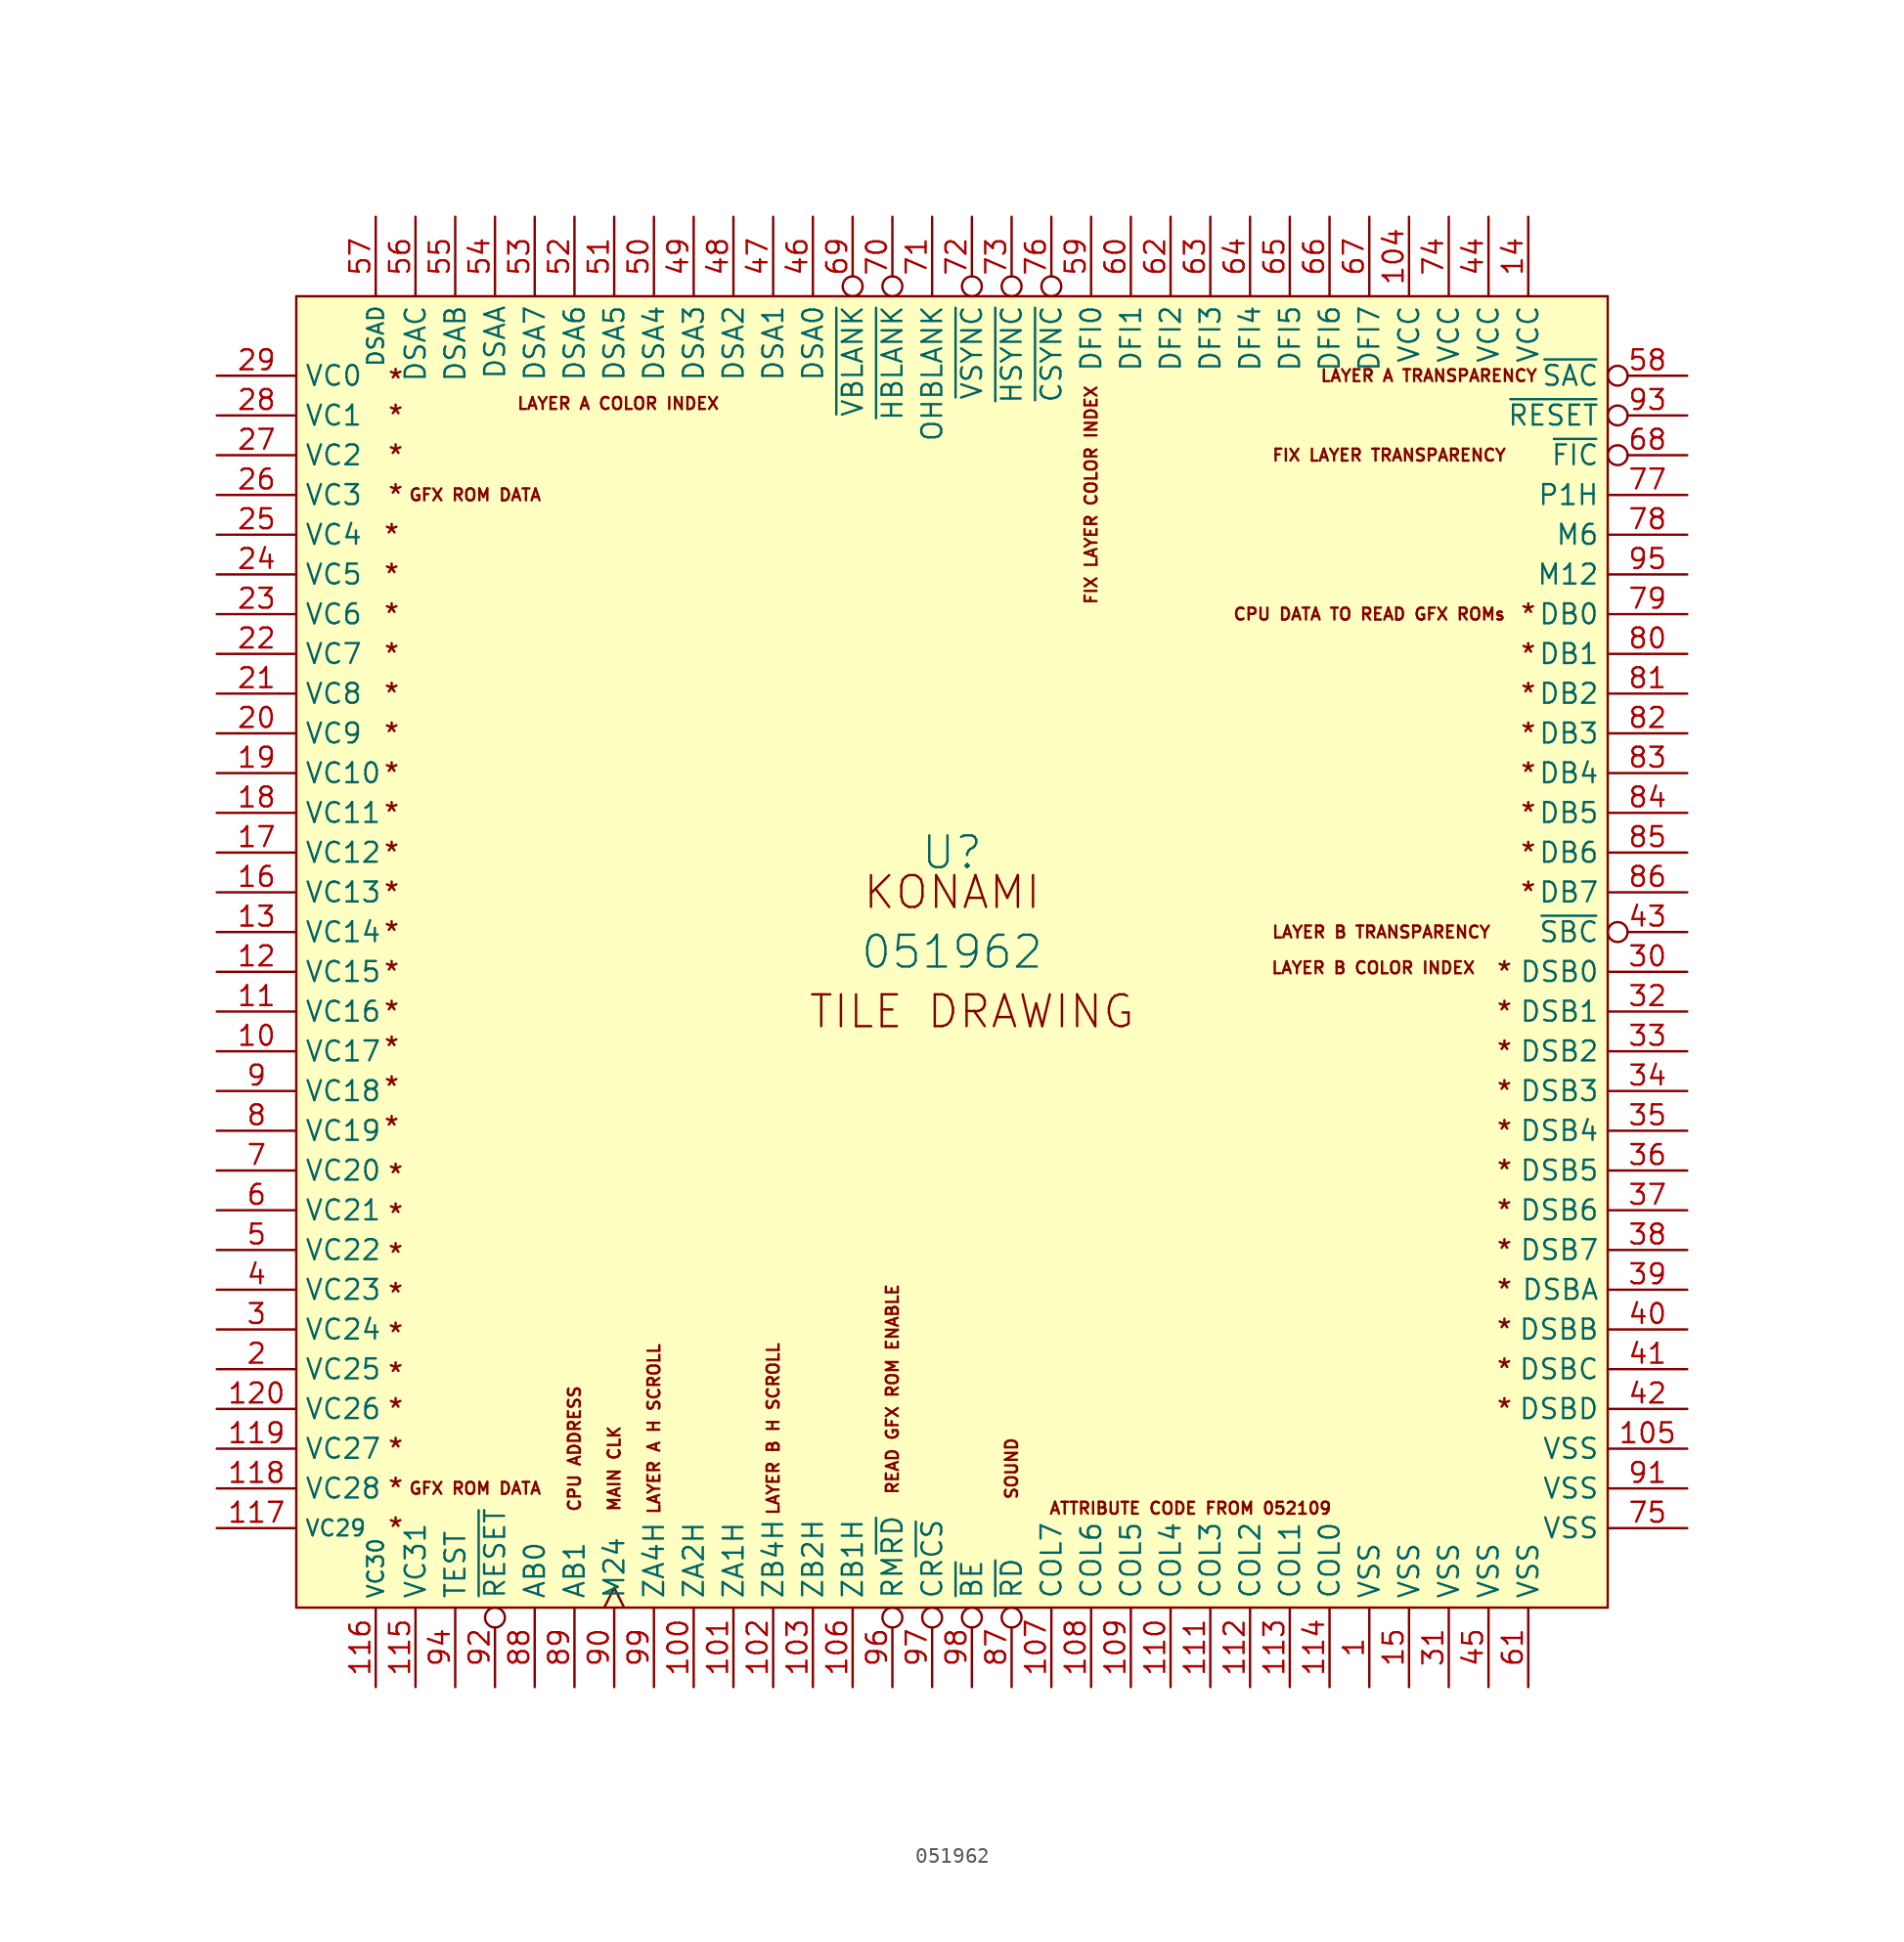
<source format=kicad_sym>
(kicad_symbol_lib
  (version 20231120)
  (generator "kicad_symbol_editor")
  (generator_version "8.0")
  (symbol "051962"
    (property "Reference" "U"
      (at 0 6.35 0)
      (effects (font (size 2.032 2.032))))
    (property "Value" "051962"
      (at 0 0 0)
      (effects (font (size 2.032 2.032))))
    (symbol "051962_0_0"
      (text "*" (at -35.814 -11.176 0) (effects (font (size 1.27 1.27))))
      (text "*" (at -35.814 -8.636 0) (effects (font (size 1.27 1.27))))
      (text "*" (at -35.814 -6.096 0) (effects (font (size 1.27 1.27))))
      (text "*" (at -35.814 -3.81 0) (effects (font (size 1.27 1.27))))
      (text "*" (at -35.814 -1.27 0) (effects (font (size 1.27 1.27))))
      (text "*" (at -35.814 1.27 0) (effects (font (size 1.27 1.27))))
      (text "*" (at -35.814 3.81 0) (effects (font (size 1.27 1.27))))
      (text "*" (at -35.814 6.35 0) (effects (font (size 1.27 1.27))))
      (text "*" (at -35.814 8.89 0) (effects (font (size 1.27 1.27))))
      (text "*" (at -35.814 11.43 0) (effects (font (size 1.27 1.27))))
      (text "*" (at -35.814 13.97 0) (effects (font (size 1.27 1.27))))
      (text "*" (at -35.814 16.51 0) (effects (font (size 1.27 1.27))))
      (text "*" (at -35.814 19.05 0) (effects (font (size 1.27 1.27))))
      (text "*" (at -35.814 21.59 0) (effects (font (size 1.27 1.27))))
      (text "*" (at -35.814 24.13 0) (effects (font (size 1.27 1.27))))
      (text "*" (at -35.814 26.67 0) (effects (font (size 1.27 1.27))))
      (text "*" (at -35.56 -36.83 0) (effects (font (size 1.27 1.27))))
      (text "*" (at -35.56 -34.29 0) (effects (font (size 1.27 1.27))))
      (text "*" (at -35.56 -31.75 0) (effects (font (size 1.27 1.27))))
      (text "*" (at -35.56 -29.21 0) (effects (font (size 1.27 1.27))))
      (text "*" (at -35.56 -26.924 0) (effects (font (size 1.27 1.27))))
      (text "*" (at -35.56 -24.384 0) (effects (font (size 1.27 1.27))))
      (text "*" (at -35.56 -21.844 0) (effects (font (size 1.27 1.27))))
      (text "*" (at -35.56 -19.304 0) (effects (font (size 1.27 1.27))))
      (text "*" (at -35.56 -16.764 0) (effects (font (size 1.27 1.27))))
      (text "*" (at -35.56 -14.224 0) (effects (font (size 1.27 1.27))))
      (text "*" (at -35.56 29.21 0) (effects (font (size 1.27 1.27))))
      (text "*" (at -35.56 31.75 0) (effects (font (size 1.27 1.27))))
      (text "*" (at -35.56 34.29 0) (effects (font (size 1.27 1.27))))
      (text "*" (at -35.56 36.576 0) (effects (font (size 1.27 1.27))))
      (text "*" (at 35.306 -29.21 0) (effects (font (size 1.27 1.27))))
      (text "*" (at 35.306 -26.67 0) (effects (font (size 1.27 1.27))))
      (text "*" (at 35.306 -24.13 0) (effects (font (size 1.27 1.27))))
      (text "*" (at 35.306 -21.59 0) (effects (font (size 1.27 1.27))))
      (text "*" (at 35.306 -19.05 0) (effects (font (size 1.27 1.27))))
      (text "*" (at 35.306 -16.51 0) (effects (font (size 1.27 1.27))))
      (text "*" (at 35.306 -13.97 0) (effects (font (size 1.27 1.27))))
      (text "*" (at 35.306 -11.43 0) (effects (font (size 1.27 1.27))))
      (text "*" (at 35.306 -8.89 0) (effects (font (size 1.27 1.27))))
      (text "*" (at 35.306 -6.35 0) (effects (font (size 1.27 1.27))))
      (text "*" (at 35.306 -3.81 0) (effects (font (size 1.27 1.27))))
      (text "*" (at 35.306 -1.27 0) (effects (font (size 1.27 1.27))))
      (text "*" (at 36.83 3.81 0) (effects (font (size 1.27 1.27))))
      (text "*" (at 36.83 6.35 0) (effects (font (size 1.27 1.27))))
      (text "*" (at 36.83 8.89 0) (effects (font (size 1.27 1.27))))
      (text "*" (at 36.83 11.43 0) (effects (font (size 1.27 1.27))))
      (text "*" (at 36.83 13.97 0) (effects (font (size 1.27 1.27))))
      (text "*" (at 36.83 16.51 0) (effects (font (size 1.27 1.27))))
      (text "*" (at 36.83 19.05 0) (effects (font (size 1.27 1.27))))
      (text "*" (at 36.83 21.59 0) (effects (font (size 1.27 1.27))))
      (text "ATTRIBUTE CODE FROM 052109" (at 15.24 -35.56 0) (effects (font (size 0.762 0.762))))
      (text "CPU ADDRESS" (at -24.13 -31.75 900) (effects (font (size 0.762 0.762))))
      (text "CPU DATA TO READ GFX ROMs" (at 26.67 21.59 0) (effects (font (size 0.762 0.762))))
      (text "FIX LAYER COLOR INDEX" (at 8.89 29.21 900) (effects (font (size 0.762 0.762))))
      (text "FIX LAYER TRANSPARENCY" (at 27.94 31.75 0) (effects (font (size 0.762 0.762))))
      (text "GFX ROM DATA" (at -30.48 -34.29 0) (effects (font (size 0.762 0.762))))
      (text "GFX ROM DATA" (at -30.48 29.21 0) (effects (font (size 0.762 0.762))))
      (text "KONAMI" (at 0 3.81 0) (effects (font (size 2.032 2.032))))
      (text "LAYER A COLOR INDEX" (at -21.336 35.052 0) (effects (font (size 0.762 0.762))))
      (text "LAYER A H SCROLL" (at -19.05 -30.48 900) (effects (font (size 0.762 0.762))))
      (text "LAYER A TRANSPARENCY" (at 30.48 36.83 0) (effects (font (size 0.762 0.762))))
      (text "LAYER B COLOR INDEX" (at 26.924 -1.016 0) (effects (font (size 0.762 0.762))))
      (text "LAYER B H SCROLL" (at -11.43 -30.48 900) (effects (font (size 0.762 0.762))))
      (text "LAYER B TRANSPARENCY" (at 27.432 1.27 0) (effects (font (size 0.762 0.762))))
      (text "MAIN CLK" (at -21.59 -33.02 900) (effects (font (size 0.762 0.762))))
      (text "READ GFX ROM ENABLE" (at -3.81 -27.94 900) (effects (font (size 0.762 0.762))))
      (text "SOUND" (at 3.81 -33.02 900) (effects (font (size 0.762 0.762))))
      (text "TILE DRAWING" (at 1.27 -3.81 0) (effects (font (size 2.032 2.032)))))
    (symbol "051962_0_1"
      (rectangle (start -41.91 41.91) (end 41.91 -41.91) (stroke (width 0.152) (type default)) (fill (type background))))
    (symbol "051962_1_1"
      (pin power_in line (at 26.67 -46.99 90) (length 5.08) (name "VSS" (effects (font (size 1.27 1.27)))) (number "1" (effects (font (size 1.27 1.27)))))
      (pin input line (at -46.99 -6.35 0) (length 5.08) (name "VC17" (effects (font (size 1.27 1.27)))) (number "10" (effects (font (size 1.27 1.27)))))
      (pin input line (at -16.51 -46.99 90) (length 5.08) (name "ZA2H" (effects (font (size 1.27 1.27)))) (number "100" (effects (font (size 1.27 1.27)))))
      (pin input line (at -13.97 -46.99 90) (length 5.08) (name "ZA1H" (effects (font (size 1.27 1.27)))) (number "101" (effects (font (size 1.27 1.27)))))
      (pin input line (at -11.43 -46.99 90) (length 5.08) (name "ZB4H" (effects (font (size 1.27 1.27)))) (number "102" (effects (font (size 1.27 1.27)))))
      (pin input line (at -8.89 -46.99 90) (length 5.08) (name "ZB2H" (effects (font (size 1.27 1.27)))) (number "103" (effects (font (size 1.27 1.27)))))
      (pin power_in line (at 29.21 46.99 270) (length 5.08) (name "VCC" (effects (font (size 1.27 1.27)))) (number "104" (effects (font (size 1.27 1.27)))))
      (pin power_in line (at 46.99 -31.75 180) (length 5.08) (name "VSS" (effects (font (size 1.27 1.27)))) (number "105" (effects (font (size 1.27 1.27)))))
      (pin input line (at -6.35 -46.99 90) (length 5.08) (name "ZB1H" (effects (font (size 1.27 1.27)))) (number "106" (effects (font (size 1.27 1.27)))))
      (pin input line (at 6.35 -46.99 90) (length 5.08) (name "COL7" (effects (font (size 1.27 1.27)))) (number "107" (effects (font (size 1.27 1.27)))))
      (pin input line (at 8.89 -46.99 90) (length 5.08) (name "COL6" (effects (font (size 1.27 1.27)))) (number "108" (effects (font (size 1.27 1.27)))))
      (pin input line (at 11.43 -46.99 90) (length 5.08) (name "COL5" (effects (font (size 1.27 1.27)))) (number "109" (effects (font (size 1.27 1.27)))))
      (pin input line (at -46.99 -3.81 0) (length 5.08) (name "VC16" (effects (font (size 1.27 1.27)))) (number "11" (effects (font (size 1.27 1.27)))))
      (pin input line (at 13.97 -46.99 90) (length 5.08) (name "COL4" (effects (font (size 1.27 1.27)))) (number "110" (effects (font (size 1.27 1.27)))))
      (pin input line (at 16.51 -46.99 90) (length 5.08) (name "COL3" (effects (font (size 1.27 1.27)))) (number "111" (effects (font (size 1.27 1.27)))))
      (pin input line (at 19.05 -46.99 90) (length 5.08) (name "COL2" (effects (font (size 1.27 1.27)))) (number "112" (effects (font (size 1.27 1.27)))))
      (pin input line (at 21.59 -46.99 90) (length 5.08) (name "COL1" (effects (font (size 1.27 1.27)))) (number "113" (effects (font (size 1.27 1.27)))))
      (pin input line (at 24.13 -46.99 90) (length 5.08) (name "COL0" (effects (font (size 1.27 1.27)))) (number "114" (effects (font (size 1.27 1.27)))))
      (pin input line (at -34.29 -46.99 90) (length 5.08) (name "VC31" (effects (font (size 1.27 1.27)))) (number "115" (effects (font (size 1.27 1.27)))))
      (pin input line (at -36.83 -46.99 90) (length 5.08) (name "VC30" (effects (font (size 1.016 1.016)))) (number "116" (effects (font (size 1.27 1.27)))))
      (pin input line (at -46.99 -36.83 0) (length 5.08) (name "VC29" (effects (font (size 1.016 1.016)))) (number "117" (effects (font (size 1.27 1.27)))))
      (pin input line (at -46.99 -34.29 0) (length 5.08) (name "VC28" (effects (font (size 1.27 1.27)))) (number "118" (effects (font (size 1.27 1.27)))))
      (pin input line (at -46.99 -31.75 0) (length 5.08) (name "VC27" (effects (font (size 1.27 1.27)))) (number "119" (effects (font (size 1.27 1.27)))))
      (pin input line (at -46.99 -1.27 0) (length 5.08) (name "VC15" (effects (font (size 1.27 1.27)))) (number "12" (effects (font (size 1.27 1.27)))))
      (pin input line (at -46.99 -29.21 0) (length 5.08) (name "VC26" (effects (font (size 1.27 1.27)))) (number "120" (effects (font (size 1.27 1.27)))))
      (pin input line (at -46.99 1.27 0) (length 5.08) (name "VC14" (effects (font (size 1.27 1.27)))) (number "13" (effects (font (size 1.27 1.27)))))
      (pin power_in line (at 36.83 46.99 270) (length 5.08) (name "VCC" (effects (font (size 1.27 1.27)))) (number "14" (effects (font (size 1.27 1.27)))))
      (pin power_in line (at 29.21 -46.99 90) (length 5.08) (name "VSS" (effects (font (size 1.27 1.27)))) (number "15" (effects (font (size 1.27 1.27)))))
      (pin input line (at -46.99 3.81 0) (length 5.08) (name "VC13" (effects (font (size 1.27 1.27)))) (number "16" (effects (font (size 1.27 1.27)))))
      (pin input line (at -46.99 6.35 0) (length 5.08) (name "VC12" (effects (font (size 1.27 1.27)))) (number "17" (effects (font (size 1.27 1.27)))))
      (pin input line (at -46.99 8.89 0) (length 5.08) (name "VC11" (effects (font (size 1.27 1.27)))) (number "18" (effects (font (size 1.27 1.27)))))
      (pin input line (at -46.99 11.43 0) (length 5.08) (name "VC10" (effects (font (size 1.27 1.27)))) (number "19" (effects (font (size 1.27 1.27)))))
      (pin input line (at -46.99 -26.67 0) (length 5.08) (name "VC25" (effects (font (size 1.27 1.27)))) (number "2" (effects (font (size 1.27 1.27)))))
      (pin input line (at -46.99 13.97 0) (length 5.08) (name "VC9" (effects (font (size 1.27 1.27)))) (number "20" (effects (font (size 1.27 1.27)))))
      (pin input line (at -46.99 16.51 0) (length 5.08) (name "VC8" (effects (font (size 1.27 1.27)))) (number "21" (effects (font (size 1.27 1.27)))))
      (pin input line (at -46.99 19.05 0) (length 5.08) (name "VC7" (effects (font (size 1.27 1.27)))) (number "22" (effects (font (size 1.27 1.27)))))
      (pin input line (at -46.99 21.59 0) (length 5.08) (name "VC6" (effects (font (size 1.27 1.27)))) (number "23" (effects (font (size 1.27 1.27)))))
      (pin input line (at -46.99 24.13 0) (length 5.08) (name "VC5" (effects (font (size 1.27 1.27)))) (number "24" (effects (font (size 1.27 1.27)))))
      (pin input line (at -46.99 26.67 0) (length 5.08) (name "VC4" (effects (font (size 1.27 1.27)))) (number "25" (effects (font (size 1.27 1.27)))))
      (pin input line (at -46.99 29.21 0) (length 5.08) (name "VC3" (effects (font (size 1.27 1.27)))) (number "26" (effects (font (size 1.27 1.27)))))
      (pin input line (at -46.99 31.75 0) (length 5.08) (name "VC2" (effects (font (size 1.27 1.27)))) (number "27" (effects (font (size 1.27 1.27)))))
      (pin input line (at -46.99 34.29 0) (length 5.08) (name "VC1" (effects (font (size 1.27 1.27)))) (number "28" (effects (font (size 1.27 1.27)))))
      (pin input line (at -46.99 36.83 0) (length 5.08) (name "VC0" (effects (font (size 1.27 1.27)))) (number "29" (effects (font (size 1.27 1.27)))))
      (pin input line (at -46.99 -24.13 0) (length 5.08) (name "VC24" (effects (font (size 1.27 1.27)))) (number "3" (effects (font (size 1.27 1.27)))))
      (pin output line (at 46.99 -1.27 180) (length 5.08) (name "DSB0" (effects (font (size 1.27 1.27)))) (number "30" (effects (font (size 1.27 1.27)))))
      (pin power_in line (at 31.75 -46.99 90) (length 5.08) (name "VSS" (effects (font (size 1.27 1.27)))) (number "31" (effects (font (size 1.27 1.27)))))
      (pin output line (at 46.99 -3.81 180) (length 5.08) (name "DSB1" (effects (font (size 1.27 1.27)))) (number "32" (effects (font (size 1.27 1.27)))))
      (pin output line (at 46.99 -6.35 180) (length 5.08) (name "DSB2" (effects (font (size 1.27 1.27)))) (number "33" (effects (font (size 1.27 1.27)))))
      (pin output line (at 46.99 -8.89 180) (length 5.08) (name "DSB3" (effects (font (size 1.27 1.27)))) (number "34" (effects (font (size 1.27 1.27)))))
      (pin output line (at 46.99 -11.43 180) (length 5.08) (name "DSB4" (effects (font (size 1.27 1.27)))) (number "35" (effects (font (size 1.27 1.27)))))
      (pin output line (at 46.99 -13.97 180) (length 5.08) (name "DSB5" (effects (font (size 1.27 1.27)))) (number "36" (effects (font (size 1.27 1.27)))))
      (pin output line (at 46.99 -16.51 180) (length 5.08) (name "DSB6" (effects (font (size 1.27 1.27)))) (number "37" (effects (font (size 1.27 1.27)))))
      (pin output line (at 46.99 -19.05 180) (length 5.08) (name "DSB7" (effects (font (size 1.27 1.27)))) (number "38" (effects (font (size 1.27 1.27)))))
      (pin output line (at 46.99 -21.59 180) (length 5.08) (name "DSBA" (effects (font (size 1.27 1.27)))) (number "39" (effects (font (size 1.27 1.27)))))
      (pin input line (at -46.99 -21.59 0) (length 5.08) (name "VC23" (effects (font (size 1.27 1.27)))) (number "4" (effects (font (size 1.27 1.27)))))
      (pin output line (at 46.99 -24.13 180) (length 5.08) (name "DSBB" (effects (font (size 1.27 1.27)))) (number "40" (effects (font (size 1.27 1.27)))))
      (pin output line (at 46.99 -26.67 180) (length 5.08) (name "DSBC" (effects (font (size 1.27 1.27)))) (number "41" (effects (font (size 1.27 1.27)))))
      (pin output line (at 46.99 -29.21 180) (length 5.08) (name "DSBD" (effects (font (size 1.27 1.27)))) (number "42" (effects (font (size 1.27 1.27)))))
      (pin output inverted (at 46.99 1.27 180) (length 5.08) (name "~{SBC}" (effects (font (size 1.27 1.27)))) (number "43" (effects (font (size 1.27 1.27)))))
      (pin power_in line (at 34.29 46.99 270) (length 5.08) (name "VCC" (effects (font (size 1.27 1.27)))) (number "44" (effects (font (size 1.27 1.27)))))
      (pin power_in line (at 34.29 -46.99 90) (length 5.08) (name "VSS" (effects (font (size 1.27 1.27)))) (number "45" (effects (font (size 1.27 1.27)))))
      (pin output line (at -8.89 46.99 270) (length 5.08) (name "DSA0" (effects (font (size 1.27 1.27)))) (number "46" (effects (font (size 1.27 1.27)))))
      (pin output line (at -11.43 46.99 270) (length 5.08) (name "DSA1" (effects (font (size 1.27 1.27)))) (number "47" (effects (font (size 1.27 1.27)))))
      (pin output line (at -13.97 46.99 270) (length 5.08) (name "DSA2" (effects (font (size 1.27 1.27)))) (number "48" (effects (font (size 1.27 1.27)))))
      (pin output line (at -16.51 46.99 270) (length 5.08) (name "DSA3" (effects (font (size 1.27 1.27)))) (number "49" (effects (font (size 1.27 1.27)))))
      (pin input line (at -46.99 -19.05 0) (length 5.08) (name "VC22" (effects (font (size 1.27 1.27)))) (number "5" (effects (font (size 1.27 1.27)))))
      (pin output line (at -19.05 46.99 270) (length 5.08) (name "DSA4" (effects (font (size 1.27 1.27)))) (number "50" (effects (font (size 1.27 1.27)))))
      (pin output line (at -21.59 46.99 270) (length 5.08) (name "DSA5" (effects (font (size 1.27 1.27)))) (number "51" (effects (font (size 1.27 1.27)))))
      (pin output line (at -24.13 46.99 270) (length 5.08) (name "DSA6" (effects (font (size 1.27 1.27)))) (number "52" (effects (font (size 1.27 1.27)))))
      (pin output line (at -26.67 46.99 270) (length 5.08) (name "DSA7" (effects (font (size 1.27 1.27)))) (number "53" (effects (font (size 1.27 1.27)))))
      (pin output line (at -29.21 46.99 270) (length 5.08) (name "DSAA" (effects (font (size 1.27 1.27)))) (number "54" (effects (font (size 1.27 1.27)))))
      (pin output line (at -31.75 46.99 270) (length 5.08) (name "DSAB" (effects (font (size 1.27 1.27)))) (number "55" (effects (font (size 1.27 1.27)))))
      (pin output line (at -34.29 46.99 270) (length 5.08) (name "DSAC" (effects (font (size 1.27 1.27)))) (number "56" (effects (font (size 1.27 1.27)))))
      (pin output line (at -36.83 46.99 270) (length 5.08) (name "DSAD" (effects (font (size 1.016 1.016)))) (number "57" (effects (font (size 1.27 1.27)))))
      (pin output inverted (at 46.99 36.83 180) (length 5.08) (name "~{SAC}" (effects (font (size 1.27 1.27)))) (number "58" (effects (font (size 1.27 1.27)))))
      (pin output line (at 8.89 46.99 270) (length 5.08) (name "DFI0" (effects (font (size 1.27 1.27)))) (number "59" (effects (font (size 1.27 1.27)))))
      (pin input line (at -46.99 -16.51 0) (length 5.08) (name "VC21" (effects (font (size 1.27 1.27)))) (number "6" (effects (font (size 1.27 1.27)))))
      (pin output line (at 11.43 46.99 270) (length 5.08) (name "DFI1" (effects (font (size 1.27 1.27)))) (number "60" (effects (font (size 1.27 1.27)))))
      (pin power_in line (at 36.83 -46.99 90) (length 5.08) (name "VSS" (effects (font (size 1.27 1.27)))) (number "61" (effects (font (size 1.27 1.27)))))
      (pin output line (at 13.97 46.99 270) (length 5.08) (name "DFI2" (effects (font (size 1.27 1.27)))) (number "62" (effects (font (size 1.27 1.27)))))
      (pin output line (at 16.51 46.99 270) (length 5.08) (name "DFI3" (effects (font (size 1.27 1.27)))) (number "63" (effects (font (size 1.27 1.27)))))
      (pin output line (at 19.05 46.99 270) (length 5.08) (name "DFI4" (effects (font (size 1.27 1.27)))) (number "64" (effects (font (size 1.27 1.27)))))
      (pin output line (at 21.59 46.99 270) (length 5.08) (name "DFI5" (effects (font (size 1.27 1.27)))) (number "65" (effects (font (size 1.27 1.27)))))
      (pin output line (at 24.13 46.99 270) (length 5.08) (name "DFI6" (effects (font (size 1.27 1.27)))) (number "66" (effects (font (size 1.27 1.27)))))
      (pin output line (at 26.67 46.99 270) (length 5.08) (name "DFI7" (effects (font (size 1.27 1.27)))) (number "67" (effects (font (size 1.27 1.27)))))
      (pin output inverted (at 46.99 31.75 180) (length 5.08) (name "~{FIC}" (effects (font (size 1.27 1.27)))) (number "68" (effects (font (size 1.27 1.27)))))
      (pin output inverted (at -6.35 46.99 270) (length 5.08) (name "~{VBLANK}" (effects (font (size 1.27 1.27)))) (number "69" (effects (font (size 1.27 1.27)))))
      (pin input line (at -46.99 -13.97 0) (length 5.08) (name "VC20" (effects (font (size 1.27 1.27)))) (number "7" (effects (font (size 1.27 1.27)))))
      (pin output inverted (at -3.81 46.99 270) (length 5.08) (name "~{HBLANK}" (effects (font (size 1.27 1.27)))) (number "70" (effects (font (size 1.27 1.27)))))
      (pin output line (at -1.27 46.99 270) (length 5.08) (name "OHBLANK" (effects (font (size 1.27 1.27)))) (number "71" (effects (font (size 1.27 1.27)))))
      (pin output inverted (at 1.27 46.99 270) (length 5.08) (name "~{VSYNC}" (effects (font (size 1.27 1.27)))) (number "72" (effects (font (size 1.27 1.27)))))
      (pin output inverted (at 3.81 46.99 270) (length 5.08) (name "~{HSYNC}" (effects (font (size 1.27 1.27)))) (number "73" (effects (font (size 1.27 1.27)))))
      (pin power_in line (at 31.75 46.99 270) (length 5.08) (name "VCC" (effects (font (size 1.27 1.27)))) (number "74" (effects (font (size 1.27 1.27)))))
      (pin power_in line (at 46.99 -36.83 180) (length 5.08) (name "VSS" (effects (font (size 1.27 1.27)))) (number "75" (effects (font (size 1.27 1.27)))))
      (pin output inverted (at 6.35 46.99 270) (length 5.08) (name "~{CSYNC}" (effects (font (size 1.27 1.27)))) (number "76" (effects (font (size 1.27 1.27)))))
      (pin output line (at 46.99 29.21 180) (length 5.08) (name "P1H" (effects (font (size 1.27 1.27)))) (number "77" (effects (font (size 1.27 1.27)))))
      (pin output line (at 46.99 26.67 180) (length 5.08) (name "M6" (effects (font (size 1.27 1.27)))) (number "78" (effects (font (size 1.27 1.27)))))
      (pin bidirectional line (at 46.99 21.59 180) (length 5.08) (name "DB0" (effects (font (size 1.27 1.27)))) (number "79" (effects (font (size 1.27 1.27)))))
      (pin input line (at -46.99 -11.43 0) (length 5.08) (name "VC19" (effects (font (size 1.27 1.27)))) (number "8" (effects (font (size 1.27 1.27)))))
      (pin bidirectional line (at 46.99 19.05 180) (length 5.08) (name "DB1" (effects (font (size 1.27 1.27)))) (number "80" (effects (font (size 1.27 1.27)))))
      (pin bidirectional line (at 46.99 16.51 180) (length 5.08) (name "DB2" (effects (font (size 1.27 1.27)))) (number "81" (effects (font (size 1.27 1.27)))))
      (pin bidirectional line (at 46.99 13.97 180) (length 5.08) (name "DB3" (effects (font (size 1.27 1.27)))) (number "82" (effects (font (size 1.27 1.27)))))
      (pin bidirectional line (at 46.99 11.43 180) (length 5.08) (name "DB4" (effects (font (size 1.27 1.27)))) (number "83" (effects (font (size 1.27 1.27)))))
      (pin bidirectional line (at 46.99 8.89 180) (length 5.08) (name "DB5" (effects (font (size 1.27 1.27)))) (number "84" (effects (font (size 1.27 1.27)))))
      (pin bidirectional line (at 46.99 6.35 180) (length 5.08) (name "DB6" (effects (font (size 1.27 1.27)))) (number "85" (effects (font (size 1.27 1.27)))))
      (pin bidirectional line (at 46.99 3.81 180) (length 5.08) (name "DB7" (effects (font (size 1.27 1.27)))) (number "86" (effects (font (size 1.27 1.27)))))
      (pin input inverted (at 3.81 -46.99 90) (length 5.08) (name "~{RD}" (effects (font (size 1.27 1.27)))) (number "87" (effects (font (size 1.27 1.27)))))
      (pin input line (at -26.67 -46.99 90) (length 5.08) (name "AB0" (effects (font (size 1.27 1.27)))) (number "88" (effects (font (size 1.27 1.27)))))
      (pin input line (at -24.13 -46.99 90) (length 5.08) (name "AB1" (effects (font (size 1.27 1.27)))) (number "89" (effects (font (size 1.27 1.27)))))
      (pin input line (at -46.99 -8.89 0) (length 5.08) (name "VC18" (effects (font (size 1.27 1.27)))) (number "9" (effects (font (size 1.27 1.27)))))
      (pin input clock (at -21.59 -46.99 90) (length 5.08) (name "M24" (effects (font (size 1.27 1.27)))) (number "90" (effects (font (size 1.27 1.27)))))
      (pin power_in line (at 46.99 -34.29 180) (length 5.08) (name "VSS" (effects (font (size 1.27 1.27)))) (number "91" (effects (font (size 1.27 1.27)))))
      (pin input inverted (at -29.21 -46.99 90) (length 5.08) (name "~{RESET}" (effects (font (size 1.27 1.27)))) (number "92" (effects (font (size 1.27 1.27)))))
      (pin output inverted (at 46.99 34.29 180) (length 5.08) (name "~{RESET}" (effects (font (size 1.27 1.27)))) (number "93" (effects (font (size 1.27 1.27)))))
      (pin input line (at -31.75 -46.99 90) (length 5.08) (name "TEST" (effects (font (size 1.27 1.27)))) (number "94" (effects (font (size 1.27 1.27)))))
      (pin output line (at 46.99 24.13 180) (length 5.08) (name "M12" (effects (font (size 1.27 1.27)))) (number "95" (effects (font (size 1.27 1.27)))))
      (pin input inverted (at -3.81 -46.99 90) (length 5.08) (name "RM~{RD}" (effects (font (size 1.27 1.27)))) (number "96" (effects (font (size 1.27 1.27)))))
      (pin input inverted (at -1.27 -46.99 90) (length 5.08) (name "CR~{CS}" (effects (font (size 1.27 1.27)))) (number "97" (effects (font (size 1.27 1.27)))))
      (pin input inverted (at 1.27 -46.99 90) (length 5.08) (name "~{BE}" (effects (font (size 1.27 1.27)))) (number "98" (effects (font (size 1.27 1.27)))))
      (pin input line (at -19.05 -46.99 90) (length 5.08) (name "ZA4H" (effects (font (size 1.27 1.27)))) (number "99" (effects (font (size 1.27 1.27))))))))
</source>
